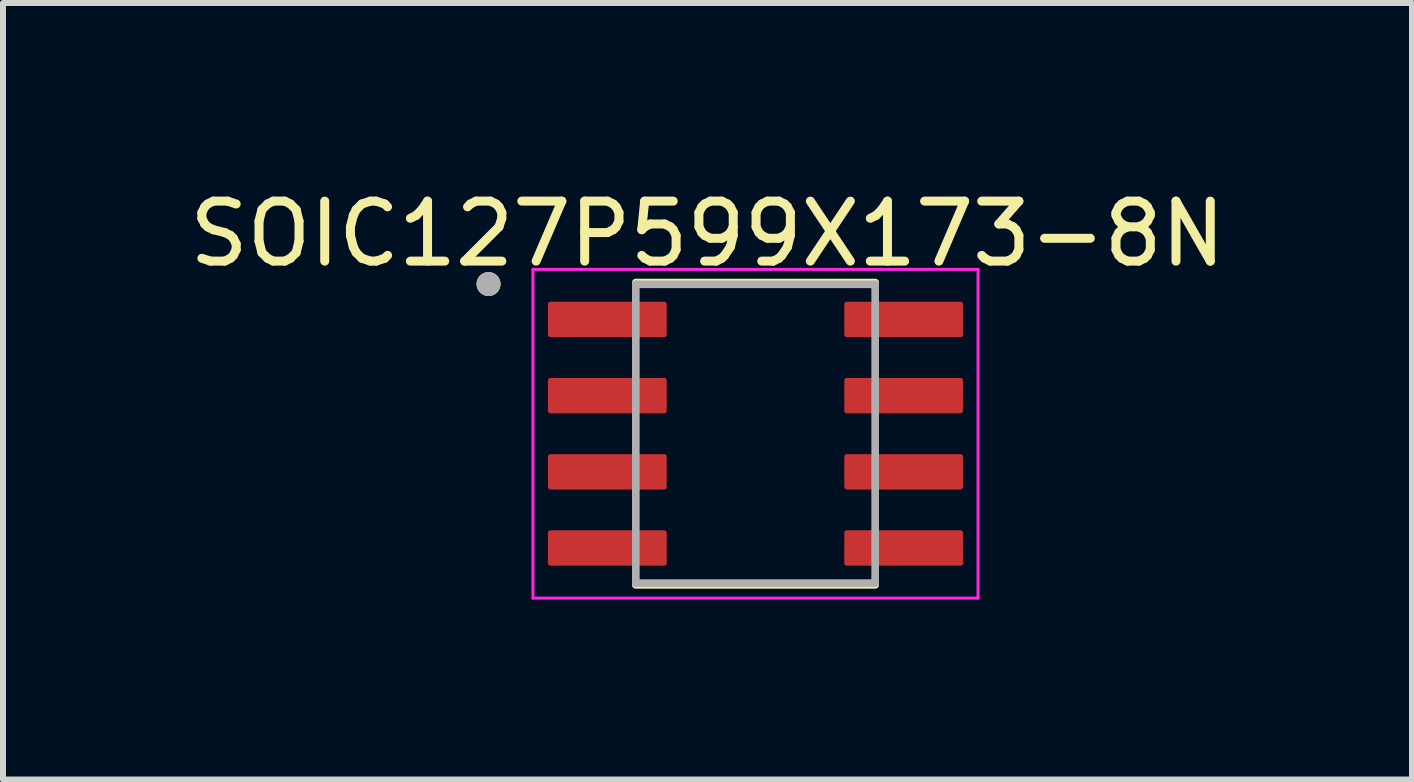
<source format=kicad_pcb>
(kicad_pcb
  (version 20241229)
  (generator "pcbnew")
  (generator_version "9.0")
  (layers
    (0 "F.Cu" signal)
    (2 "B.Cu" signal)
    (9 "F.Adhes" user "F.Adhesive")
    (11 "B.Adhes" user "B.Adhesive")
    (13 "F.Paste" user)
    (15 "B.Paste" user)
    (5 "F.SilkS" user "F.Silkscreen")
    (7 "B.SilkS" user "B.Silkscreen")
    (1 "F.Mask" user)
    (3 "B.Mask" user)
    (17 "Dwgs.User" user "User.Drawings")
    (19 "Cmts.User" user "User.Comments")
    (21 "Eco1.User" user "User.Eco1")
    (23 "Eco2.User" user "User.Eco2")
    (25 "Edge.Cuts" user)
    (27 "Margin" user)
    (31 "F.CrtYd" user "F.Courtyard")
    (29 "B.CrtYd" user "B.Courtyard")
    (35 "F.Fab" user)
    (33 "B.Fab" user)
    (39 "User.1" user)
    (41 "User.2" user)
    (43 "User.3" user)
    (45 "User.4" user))
  (footprint "SOIC127P599X173-8N"
    (layer "F.Cu")
    (at 9.544 4.18)
    (property "Reference" "SOIC127P599X173-8N" (at -0.8 -3.332 0) (layer "F.SilkS") (effects (font (size 1 1) (thickness 0.15))))
    (attr smd)
    (fp_line (start -1.995 -2.52) (end 1.995 -2.52) (stroke (width 0.127) (type solid)) (layer "F.SilkS"))
    (fp_line (start -1.995 2.52) (end 1.995 2.52) (stroke (width 0.127) (type solid)) (layer "F.SilkS"))
    (fp_circle (center -4.45 -2.495) (end -4.35 -2.495) (stroke (width 0.2) (type solid)) (fill no) (layer "F.SilkS"))
    (fp_line (start -3.71 -2.74) (end -3.71 2.74) (stroke (width 0.05) (type solid)) (layer "F.CrtYd"))
    (fp_line (start -3.71 -2.74) (end 3.71 -2.74) (stroke (width 0.05) (type solid)) (layer "F.CrtYd"))
    (fp_line (start -3.71 2.74) (end 3.71 2.74) (stroke (width 0.05) (type solid)) (layer "F.CrtYd"))
    (fp_line (start 3.71 -2.74) (end 3.71 2.74) (stroke (width 0.05) (type solid)) (layer "F.CrtYd"))
    (fp_line (start -1.995 -2.49) (end -1.995 2.49) (stroke (width 0.127) (type solid)) (layer "F.Fab"))
    (fp_line (start -1.995 -2.49) (end 1.995 -2.49) (stroke (width 0.127) (type solid)) (layer "F.Fab"))
    (fp_line (start -1.995 2.49) (end 1.995 2.49) (stroke (width 0.127) (type solid)) (layer "F.Fab"))
    (fp_line (start 1.995 -2.49) (end 1.995 2.49) (stroke (width 0.127) (type solid)) (layer "F.Fab"))
    (fp_circle (center -4.45 -2.495) (end -4.35 -2.495) (stroke (width 0.2) (type solid)) (fill no) (layer "F.Fab"))
    (pad "1" smd roundrect (at -2.47 -1.905) (size 1.98 0.59) (layers "F.Cu" "F.Mask" "F.Paste") (roundrect_rratio 0.07))
    (pad "2" smd roundrect (at -2.47 -0.635) (size 1.98 0.59) (layers "F.Cu" "F.Mask" "F.Paste") (roundrect_rratio 0.07))
    (pad "3" smd roundrect (at -2.47 0.635) (size 1.98 0.59) (layers "F.Cu" "F.Mask" "F.Paste") (roundrect_rratio 0.07))
    (pad "4" smd roundrect (at -2.47 1.905) (size 1.98 0.59) (layers "F.Cu" "F.Mask" "F.Paste") (roundrect_rratio 0.07))
    (pad "5" smd roundrect (at 2.47 1.905) (size 1.98 0.59) (layers "F.Cu" "F.Mask" "F.Paste") (roundrect_rratio 0.07))
    (pad "6" smd roundrect (at 2.47 0.635) (size 1.98 0.59) (layers "F.Cu" "F.Mask" "F.Paste") (roundrect_rratio 0.07))
    (pad "7" smd roundrect (at 2.47 -0.635) (size 1.98 0.59) (layers "F.Cu" "F.Mask" "F.Paste") (roundrect_rratio 0.07))
    (pad "8" smd roundrect (at 2.47 -1.905) (size 1.98 0.59) (layers "F.Cu" "F.Mask" "F.Paste") (roundrect_rratio 0.07)))
  (gr_rect
    (start -3 -3)
    (end 20.488 9.945)
    (stroke (width 0.1) (type default))
    (fill no)
    (layer "Edge.Cuts")))
</source>
